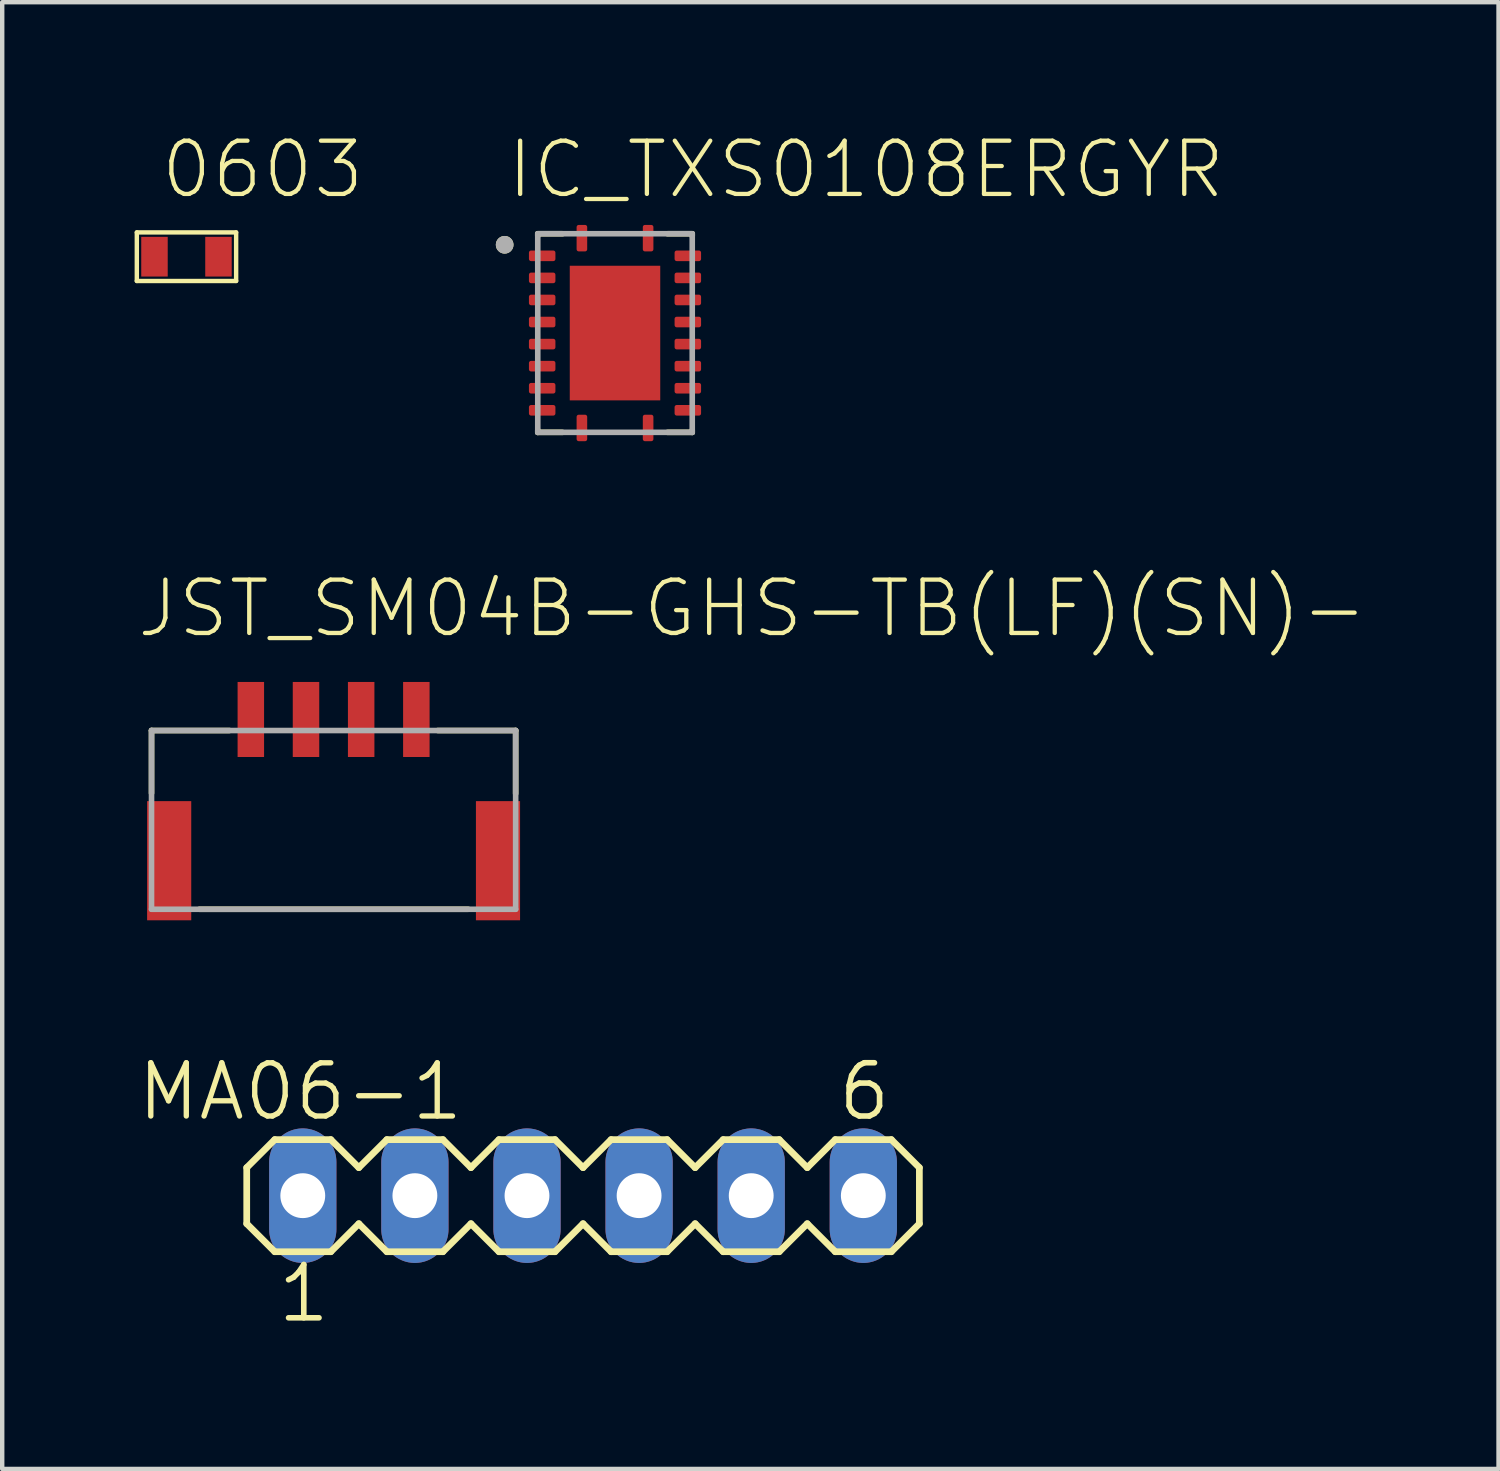
<source format=kicad_pcb>
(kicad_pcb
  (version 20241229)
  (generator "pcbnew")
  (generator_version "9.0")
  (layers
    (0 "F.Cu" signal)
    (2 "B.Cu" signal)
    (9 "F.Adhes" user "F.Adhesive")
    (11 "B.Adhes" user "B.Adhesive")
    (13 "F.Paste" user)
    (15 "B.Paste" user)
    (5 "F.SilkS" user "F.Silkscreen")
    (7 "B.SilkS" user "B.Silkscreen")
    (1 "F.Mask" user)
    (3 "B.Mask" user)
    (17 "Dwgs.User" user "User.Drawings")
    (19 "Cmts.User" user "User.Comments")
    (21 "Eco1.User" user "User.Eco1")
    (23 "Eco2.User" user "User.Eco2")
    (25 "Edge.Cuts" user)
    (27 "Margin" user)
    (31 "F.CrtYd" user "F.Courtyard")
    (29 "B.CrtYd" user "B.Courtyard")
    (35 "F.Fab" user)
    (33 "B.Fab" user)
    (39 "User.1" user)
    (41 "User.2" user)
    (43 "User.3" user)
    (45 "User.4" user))
  (footprint "IC_TXS0108ERGYR"
    (layer "F.Cu")
    (at 10.884 4.496)
    (property "Reference" "IC_TXS0108ERGYR" (at -2.5 -3 0) (layer "F.SilkS") (effects (font (size 1.206 1.206) (thickness 0.097)) (justify left bottom)))
    (attr through_hole)
    (fp_line (start -1.75 -2.25) (end -1.75 -2.2) (stroke (width 0.127) (type solid)) (layer "F.SilkS"))
    (fp_line (start -1.75 -2.25) (end -1.19 -2.25) (stroke (width 0.127) (type solid)) (layer "F.SilkS"))
    (fp_line (start -1.75 2.25) (end -1.75 2.2) (stroke (width 0.127) (type solid)) (layer "F.SilkS"))
    (fp_line (start -1.75 2.25) (end -1.19 2.25) (stroke (width 0.127) (type solid)) (layer "F.SilkS"))
    (fp_line (start 1.75 -2.25) (end 1.19 -2.25) (stroke (width 0.127) (type solid)) (layer "F.SilkS"))
    (fp_line (start 1.75 -2.25) (end 1.75 -2.2) (stroke (width 0.127) (type solid)) (layer "F.SilkS"))
    (fp_line (start 1.75 2.25) (end 1.19 2.25) (stroke (width 0.127) (type solid)) (layer "F.SilkS"))
    (fp_line (start 1.75 2.25) (end 1.75 2.2) (stroke (width 0.127) (type solid)) (layer "F.SilkS"))
    (fp_circle (center -2.5 -2) (end -2.4 -2) (stroke (width 0.2) (type solid)) (fill no) (layer "F.SilkS"))
    (fp_poly (pts (xy -1.02 -0.105) (xy -0.1 -0.105) (xy -0.1 -1.435) (xy -1.02 -1.435)) (stroke (width 0) (type solid)) (fill yes) (layer "F.Paste"))
    (fp_poly (pts (xy -1.02 1.435) (xy -0.1 1.435) (xy -0.1 0.105) (xy -1.02 0.105)) (stroke (width 0) (type solid)) (fill yes) (layer "F.Paste"))
    (fp_poly (pts (xy 0.1 -0.105) (xy 1.02 -0.105) (xy 1.02 -1.435) (xy 0.1 -1.435)) (stroke (width 0) (type solid)) (fill yes) (layer "F.Paste"))
    (fp_poly (pts (xy 0.1 1.435) (xy 1.02 1.435) (xy 1.02 0.105) (xy 0.1 0.105)) (stroke (width 0) (type solid)) (fill yes) (layer "F.Paste"))
    (fp_line (start -1.75 2.25) (end -1.75 -2.25) (stroke (width 0.127) (type solid)) (layer "F.Fab"))
    (fp_line (start 1.75 -2.25) (end -1.75 -2.25) (stroke (width 0.127) (type solid)) (layer "F.Fab"))
    (fp_line (start 1.75 2.25) (end -1.75 2.25) (stroke (width 0.127) (type solid)) (layer "F.Fab"))
    (fp_line (start 1.75 2.25) (end 1.75 -2.25) (stroke (width 0.127) (type solid)) (layer "F.Fab"))
    (fp_circle (center -2.5 -2) (end -2.4 -2) (stroke (width 0.2) (type solid)) (fill no) (layer "F.Fab"))
    (pad "1" smd roundrect (at -0.75 -2.15 90) (size 0.6 0.24) (layers "F.Cu" "F.Mask" "F.Paste") (roundrect_rratio 0.2))
    (pad "2" smd roundrect (at -1.65 -1.75) (size 0.6 0.24) (layers "F.Cu" "F.Mask" "F.Paste") (roundrect_rratio 0.2))
    (pad "3" smd roundrect (at -1.65 -1.25) (size 0.6 0.24) (layers "F.Cu" "F.Mask" "F.Paste") (roundrect_rratio 0.2))
    (pad "4" smd roundrect (at -1.65 -0.75) (size 0.6 0.24) (layers "F.Cu" "F.Mask" "F.Paste") (roundrect_rratio 0.2))
    (pad "5" smd roundrect (at -1.65 -0.25) (size 0.6 0.24) (layers "F.Cu" "F.Mask" "F.Paste") (roundrect_rratio 0.2))
    (pad "6" smd roundrect (at -1.65 0.25) (size 0.6 0.24) (layers "F.Cu" "F.Mask" "F.Paste") (roundrect_rratio 0.2))
    (pad "7" smd roundrect (at -1.65 0.75) (size 0.6 0.24) (layers "F.Cu" "F.Mask" "F.Paste") (roundrect_rratio 0.2))
    (pad "8" smd roundrect (at -1.65 1.25) (size 0.6 0.24) (layers "F.Cu" "F.Mask" "F.Paste") (roundrect_rratio 0.2))
    (pad "9" smd roundrect (at -1.65 1.75) (size 0.6 0.24) (layers "F.Cu" "F.Mask" "F.Paste") (roundrect_rratio 0.2))
    (pad "10" smd roundrect (at -0.75 2.15 90) (size 0.6 0.24) (layers "F.Cu" "F.Mask" "F.Paste") (roundrect_rratio 0.2))
    (pad "11" smd roundrect (at 0.75 2.15 90) (size 0.6 0.24) (layers "F.Cu" "F.Mask" "F.Paste") (roundrect_rratio 0.2))
    (pad "12" smd roundrect (at 1.65 1.75) (size 0.6 0.24) (layers "F.Cu" "F.Mask" "F.Paste") (roundrect_rratio 0.2))
    (pad "13" smd roundrect (at 1.65 1.25) (size 0.6 0.24) (layers "F.Cu" "F.Mask" "F.Paste") (roundrect_rratio 0.2))
    (pad "14" smd roundrect (at 1.65 0.75) (size 0.6 0.24) (layers "F.Cu" "F.Mask" "F.Paste") (roundrect_rratio 0.2))
    (pad "15" smd roundrect (at 1.65 0.25) (size 0.6 0.24) (layers "F.Cu" "F.Mask" "F.Paste") (roundrect_rratio 0.2))
    (pad "16" smd roundrect (at 1.65 -0.25) (size 0.6 0.24) (layers "F.Cu" "F.Mask" "F.Paste") (roundrect_rratio 0.2))
    (pad "17" smd roundrect (at 1.65 -0.75) (size 0.6 0.24) (layers "F.Cu" "F.Mask" "F.Paste") (roundrect_rratio 0.2))
    (pad "18" smd roundrect (at 1.65 -1.25) (size 0.6 0.24) (layers "F.Cu" "F.Mask" "F.Paste") (roundrect_rratio 0.2))
    (pad "19" smd roundrect (at 1.65 -1.75) (size 0.6 0.24) (layers "F.Cu" "F.Mask" "F.Paste") (roundrect_rratio 0.2))
    (pad "20" smd roundrect (at 0.75 -2.15 90) (size 0.6 0.24) (layers "F.Cu" "F.Mask" "F.Paste") (roundrect_rratio 0.2))
    (pad "21" smd rect (at 0 0) (size 2.05 3.05) (layers "F.Cu" "F.Mask")))
  (footprint "MA06-1"
    (layer "F.Cu")
    (at 10.16 24.04)
    (property "Reference" "MA06-1" (at -10.16 -1.651 0) (layer "F.SilkS") (effects (font (size 1.206 1.206) (thickness 0.121)) (justify left bottom)))
    (attr through_hole)
    (fp_line (start -7.62 -0.635) (end -7.62 0.635) (stroke (width 0.152) (type solid)) (layer "F.SilkS"))
    (fp_line (start -7.62 0.635) (end -6.985 1.27) (stroke (width 0.152) (type solid)) (layer "F.SilkS"))
    (fp_line (start -6.985 -1.27) (end -7.62 -0.635) (stroke (width 0.152) (type solid)) (layer "F.SilkS"))
    (fp_line (start -6.985 -1.27) (end -5.715 -1.27) (stroke (width 0.152) (type solid)) (layer "F.SilkS"))
    (fp_line (start -5.715 -1.27) (end -5.08 -0.635) (stroke (width 0.152) (type solid)) (layer "F.SilkS"))
    (fp_line (start -5.715 1.27) (end -6.985 1.27) (stroke (width 0.152) (type solid)) (layer "F.SilkS"))
    (fp_line (start -5.08 -0.635) (end -4.445 -1.27) (stroke (width 0.152) (type solid)) (layer "F.SilkS"))
    (fp_line (start -5.08 0.635) (end -5.715 1.27) (stroke (width 0.152) (type solid)) (layer "F.SilkS"))
    (fp_line (start -4.445 -1.27) (end -3.175 -1.27) (stroke (width 0.152) (type solid)) (layer "F.SilkS"))
    (fp_line (start -4.445 1.27) (end -5.08 0.635) (stroke (width 0.152) (type solid)) (layer "F.SilkS"))
    (fp_line (start -3.175 -1.27) (end -2.54 -0.635) (stroke (width 0.152) (type solid)) (layer "F.SilkS"))
    (fp_line (start -3.175 1.27) (end -4.445 1.27) (stroke (width 0.152) (type solid)) (layer "F.SilkS"))
    (fp_line (start -2.54 -0.635) (end -1.905 -1.27) (stroke (width 0.152) (type solid)) (layer "F.SilkS"))
    (fp_line (start -2.54 0.635) (end -3.175 1.27) (stroke (width 0.152) (type solid)) (layer "F.SilkS"))
    (fp_line (start -1.905 -1.27) (end -0.635 -1.27) (stroke (width 0.152) (type solid)) (layer "F.SilkS"))
    (fp_line (start -1.905 1.27) (end -2.54 0.635) (stroke (width 0.152) (type solid)) (layer "F.SilkS"))
    (fp_line (start -0.635 -1.27) (end 0 -0.635) (stroke (width 0.152) (type solid)) (layer "F.SilkS"))
    (fp_line (start -0.635 1.27) (end -1.905 1.27) (stroke (width 0.152) (type solid)) (layer "F.SilkS"))
    (fp_line (start 0 0.635) (end -0.635 1.27) (stroke (width 0.152) (type solid)) (layer "F.SilkS"))
    (fp_line (start 0 0.635) (end 0.635 1.27) (stroke (width 0.152) (type solid)) (layer "F.SilkS"))
    (fp_line (start 0.635 -1.27) (end 0 -0.635) (stroke (width 0.152) (type solid)) (layer "F.SilkS"))
    (fp_line (start 0.635 -1.27) (end 1.905 -1.27) (stroke (width 0.152) (type solid)) (layer "F.SilkS"))
    (fp_line (start 1.905 -1.27) (end 2.54 -0.635) (stroke (width 0.152) (type solid)) (layer "F.SilkS"))
    (fp_line (start 1.905 1.27) (end 0.635 1.27) (stroke (width 0.152) (type solid)) (layer "F.SilkS"))
    (fp_line (start 2.54 -0.635) (end 3.175 -1.27) (stroke (width 0.152) (type solid)) (layer "F.SilkS"))
    (fp_line (start 2.54 0.635) (end 1.905 1.27) (stroke (width 0.152) (type solid)) (layer "F.SilkS"))
    (fp_line (start 3.175 -1.27) (end 4.445 -1.27) (stroke (width 0.152) (type solid)) (layer "F.SilkS"))
    (fp_line (start 3.175 1.27) (end 2.54 0.635) (stroke (width 0.152) (type solid)) (layer "F.SilkS"))
    (fp_line (start 4.445 -1.27) (end 5.08 -0.635) (stroke (width 0.152) (type solid)) (layer "F.SilkS"))
    (fp_line (start 4.445 1.27) (end 3.175 1.27) (stroke (width 0.152) (type solid)) (layer "F.SilkS"))
    (fp_line (start 5.08 -0.635) (end 5.715 -1.27) (stroke (width 0.152) (type solid)) (layer "F.SilkS"))
    (fp_line (start 5.08 0.635) (end 4.445 1.27) (stroke (width 0.152) (type solid)) (layer "F.SilkS"))
    (fp_line (start 5.715 -1.27) (end 6.985 -1.27) (stroke (width 0.152) (type solid)) (layer "F.SilkS"))
    (fp_line (start 5.715 1.27) (end 5.08 0.635) (stroke (width 0.152) (type solid)) (layer "F.SilkS"))
    (fp_line (start 6.985 -1.27) (end 7.62 -0.635) (stroke (width 0.152) (type solid)) (layer "F.SilkS"))
    (fp_line (start 6.985 1.27) (end 5.715 1.27) (stroke (width 0.152) (type solid)) (layer "F.SilkS"))
    (fp_line (start 7.62 -0.635) (end 7.62 0.635) (stroke (width 0.152) (type solid)) (layer "F.SilkS"))
    (fp_line (start 7.62 0.635) (end 6.985 1.27) (stroke (width 0.152) (type solid)) (layer "F.SilkS"))
    (fp_poly (pts (xy -6.604 0.254) (xy -6.096 0.254) (xy -6.096 -0.254) (xy -6.604 -0.254)) (stroke (width 0.1) (type solid)) (fill no) (layer "F.Fab"))
    (fp_poly (pts (xy -4.064 0.254) (xy -3.556 0.254) (xy -3.556 -0.254) (xy -4.064 -0.254)) (stroke (width 0.1) (type solid)) (fill no) (layer "F.Fab"))
    (fp_poly (pts (xy -1.524 0.254) (xy -1.016 0.254) (xy -1.016 -0.254) (xy -1.524 -0.254)) (stroke (width 0.1) (type solid)) (fill no) (layer "F.Fab"))
    (fp_poly (pts (xy 1.016 0.254) (xy 1.524 0.254) (xy 1.524 -0.254) (xy 1.016 -0.254)) (stroke (width 0.1) (type solid)) (fill no) (layer "F.Fab"))
    (fp_poly (pts (xy 3.556 0.254) (xy 4.064 0.254) (xy 4.064 -0.254) (xy 3.556 -0.254)) (stroke (width 0.1) (type solid)) (fill no) (layer "F.Fab"))
    (fp_poly (pts (xy 6.096 0.254) (xy 6.604 0.254) (xy 6.604 -0.254) (xy 6.096 -0.254)) (stroke (width 0.1) (type solid)) (fill no) (layer "F.Fab"))
    (fp_text user "6" (at 5.715 -1.651 0) (layer "F.SilkS") (effects (font (size 1.206 1.206) (thickness 0.127)) (justify left bottom)))
    (fp_text user "1" (at -6.985 2.921 0) (layer "F.SilkS") (effects (font (size 1.206 1.206) (thickness 0.127)) (justify left bottom)))
    (pad "1" thru_hole oval (at -6.35 0 90) (size 3.048 1.524) (drill 1.016) (layers "*.Cu" "*.Mask"))
    (pad "2" thru_hole oval (at -3.81 0 90) (size 3.048 1.524) (drill 1.016) (layers "*.Cu" "*.Mask"))
    (pad "3" thru_hole oval (at -1.27 0 90) (size 3.048 1.524) (drill 1.016) (layers "*.Cu" "*.Mask"))
    (pad "4" thru_hole oval (at 1.27 0 90) (size 3.048 1.524) (drill 1.016) (layers "*.Cu" "*.Mask"))
    (pad "5" thru_hole oval (at 3.81 0 90) (size 3.048 1.524) (drill 1.016) (layers "*.Cu" "*.Mask"))
    (pad "6" thru_hole oval (at 6.35 0 90) (size 3.048 1.524) (drill 1.016) (layers "*.Cu" "*.Mask")))
  (footprint "0603"
    (layer "F.Cu")
    (at 1.175 2.766)
    (property "Reference" "0603" (at -0.635 -1.27 0) (layer "F.SilkS") (effects (font (size 1.206 1.206) (thickness 0.097)) (justify left bottom)))
    (attr through_hole)
    (fp_line (start -1.125 -0.55) (end -1.125 0.55) (stroke (width 0.1) (type solid)) (layer "F.SilkS"))
    (fp_line (start -1.125 0.55) (end 1.125 0.55) (stroke (width 0.1) (type solid)) (layer "F.SilkS"))
    (fp_line (start 1.125 -0.55) (end -1.125 -0.55) (stroke (width 0.1) (type solid)) (layer "F.SilkS"))
    (fp_line (start 1.125 0.55) (end 1.125 -0.55) (stroke (width 0.1) (type solid)) (layer "F.SilkS"))
    (pad "P$1" smd rect (at -0.725 0) (size 0.6 0.9) (layers "F.Cu" "F.Mask" "F.Paste"))
    (pad "P$2" smd rect (at 0.725 0) (size 0.6 0.9) (layers "F.Cu" "F.Mask" "F.Paste")))
  (footprint "JST_SM04B-GHS-TB(LF)(SN)-"
    (layer "F.Cu")
    (at 4.508 15.526)
    (property "Reference" "JST_SM04B-GHS-TB(LF)(SN)-" (at -4.508 -4.082 180) (layer "F.SilkS") (effects (font (size 1.209 1.209) (thickness 0.097)) (justify left bottom)))
    (attr through_hole)
    (fp_line (start -4.125 -2.025) (end -2.36 -2.025) (stroke (width 0.127) (type solid)) (layer "F.SilkS"))
    (fp_line (start -4.125 -0.605) (end -4.125 -2.025) (stroke (width 0.127) (type solid)) (layer "F.SilkS"))
    (fp_line (start -3.04 2.025) (end 3.05 2.025) (stroke (width 0.127) (type solid)) (layer "F.SilkS"))
    (fp_line (start 4.125 -2.025) (end 2.36 -2.025) (stroke (width 0.127) (type solid)) (layer "F.SilkS"))
    (fp_line (start 4.125 -0.595) (end 4.125 -2.025) (stroke (width 0.127) (type solid)) (layer "F.SilkS"))
    (fp_line (start -4.125 -2.025) (end 4.125 -2.025) (stroke (width 0.127) (type solid)) (layer "F.Fab"))
    (fp_line (start -4.125 2.025) (end -4.125 -2.025) (stroke (width 0.127) (type solid)) (layer "F.Fab"))
    (fp_line (start 4.125 -2.025) (end 4.125 2.025) (stroke (width 0.127) (type solid)) (layer "F.Fab"))
    (fp_line (start 4.125 2.025) (end -4.125 2.025) (stroke (width 0.127) (type solid)) (layer "F.Fab"))
    (pad "1" smd rect (at -1.875 -2.275 90) (size 1.7 0.6) (layers "F.Cu" "F.Mask" "F.Paste"))
    (pad "2" smd rect (at -0.625 -2.275 90) (size 1.7 0.6) (layers "F.Cu" "F.Mask" "F.Paste"))
    (pad "3" smd rect (at 0.625 -2.275 90) (size 1.7 0.6) (layers "F.Cu" "F.Mask" "F.Paste"))
    (pad "4" smd rect (at 1.875 -2.275 90) (size 1.7 0.6) (layers "F.Cu" "F.Mask" "F.Paste"))
    (pad "SH1" smd rect (at -3.725 0.925 90) (size 2.7 1) (layers "F.Cu" "F.Mask" "F.Paste"))
    (pad "SH2" smd rect (at 3.725 0.925 90) (size 2.7 1) (layers "F.Cu" "F.Mask" "F.Paste")))
  (gr_rect
    (start -3 -3)
    (end 30.902 30.231)
    (stroke (width 0.1) (type default))
    (fill no)
    (layer "Edge.Cuts")))
</source>
